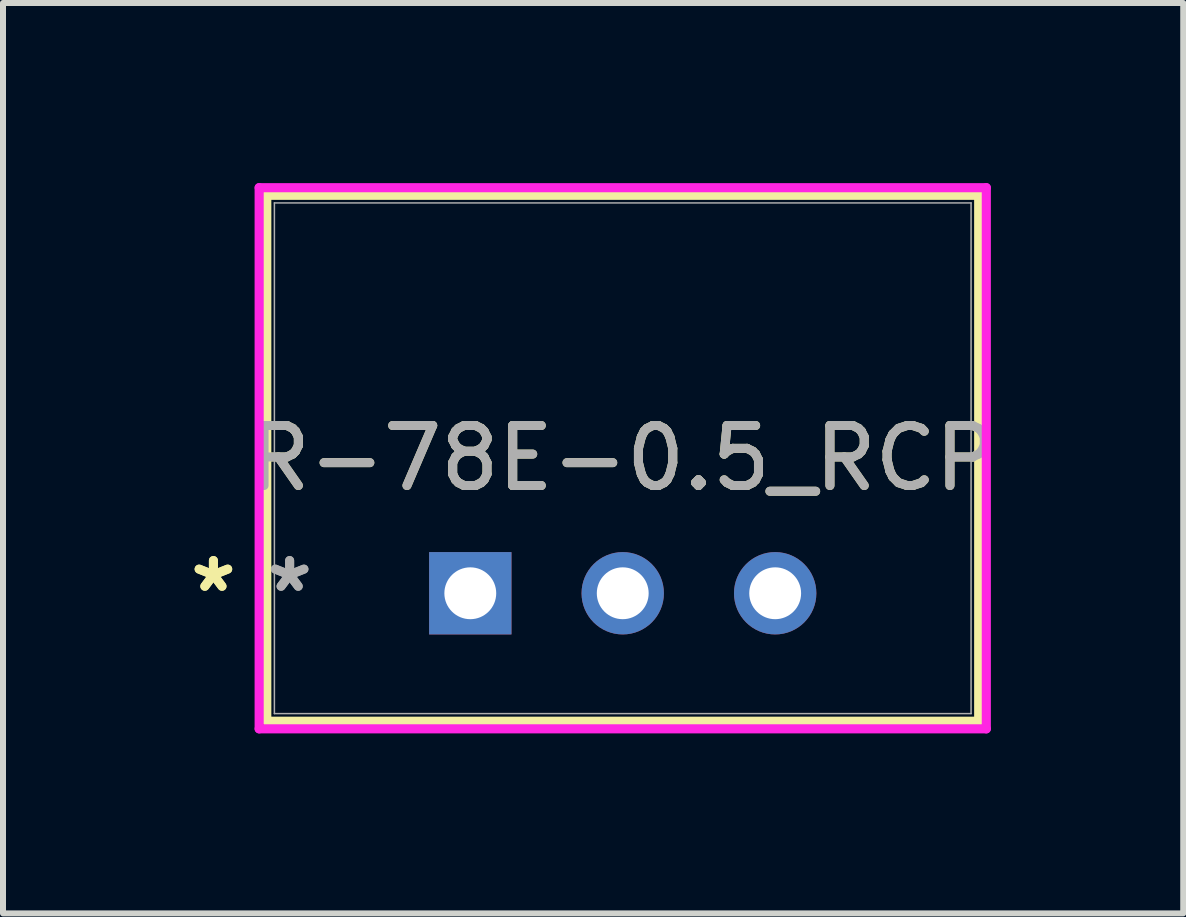
<source format=kicad_pcb>
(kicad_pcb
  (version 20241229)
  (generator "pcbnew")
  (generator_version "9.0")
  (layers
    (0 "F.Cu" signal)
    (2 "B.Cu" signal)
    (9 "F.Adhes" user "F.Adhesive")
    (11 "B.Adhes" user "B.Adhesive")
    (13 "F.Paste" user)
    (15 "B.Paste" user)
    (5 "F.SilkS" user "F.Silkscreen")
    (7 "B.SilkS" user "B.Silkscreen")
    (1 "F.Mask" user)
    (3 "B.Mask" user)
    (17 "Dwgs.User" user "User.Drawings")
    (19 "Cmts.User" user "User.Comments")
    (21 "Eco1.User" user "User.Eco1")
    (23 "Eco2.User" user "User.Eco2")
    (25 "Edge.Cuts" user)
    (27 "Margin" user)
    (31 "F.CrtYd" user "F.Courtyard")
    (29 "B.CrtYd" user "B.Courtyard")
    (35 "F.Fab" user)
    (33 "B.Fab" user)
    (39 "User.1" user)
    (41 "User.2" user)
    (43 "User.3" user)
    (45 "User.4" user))
  (footprint "R-78E-0.5_RCP"
    (layer "F.Cu")
    (at 4.786 6.835)
    (property "Reference" "R-78E-0.5_RCP" (at 2.54 -2.25 0) (unlocked yes) (layer "F.SilkS") (effects (font (size 1 1) (thickness 0.15))))
    (attr through_hole)
    (fp_line (start -3.391 -6.631) (end -3.391 2.132) (stroke (width 0.152) (type solid)) (layer "F.SilkS"))
    (fp_line (start -3.391 2.132) (end 8.471 2.132) (stroke (width 0.152) (type solid)) (layer "F.SilkS"))
    (fp_line (start 8.471 -6.631) (end -3.391 -6.631) (stroke (width 0.152) (type solid)) (layer "F.SilkS"))
    (fp_line (start 8.471 2.132) (end 8.471 -6.631) (stroke (width 0.152) (type solid)) (layer "F.SilkS"))
    (fp_line (start -3.518 -6.758) (end 8.598 -6.758) (stroke (width 0.152) (type solid)) (layer "F.CrtYd"))
    (fp_line (start -3.518 2.259) (end -3.518 -6.758) (stroke (width 0.152) (type solid)) (layer "F.CrtYd"))
    (fp_line (start 8.598 -6.758) (end 8.598 2.259) (stroke (width 0.152) (type solid)) (layer "F.CrtYd"))
    (fp_line (start 8.598 2.259) (end -3.518 2.259) (stroke (width 0.152) (type solid)) (layer "F.CrtYd"))
    (fp_line (start -3.264 -6.504) (end -3.264 2.005) (stroke (width 0.025) (type solid)) (layer "F.Fab"))
    (fp_line (start -3.264 2.005) (end 8.344 2.005) (stroke (width 0.025) (type solid)) (layer "F.Fab"))
    (fp_line (start 8.344 -6.504) (end -3.264 -6.504) (stroke (width 0.025) (type solid)) (layer "F.Fab"))
    (fp_line (start 8.344 2.005) (end 8.344 -6.504) (stroke (width 0.025) (type solid)) (layer "F.Fab"))
    (fp_text user "*" (at -4.28 0 0) (layer "F.SilkS") (effects (font (size 1 1) (thickness 0.15))))
    (fp_text user "*" (at -4.28 0 0) (unlocked yes) (layer "F.SilkS") (effects (font (size 1 1) (thickness 0.15))))
    (fp_text user "*" (at -3.01 0 0) (layer "F.Fab") (effects (font (size 1 1) (thickness 0.15))))
    (fp_text user "*" (at -3.01 0 0) (unlocked yes) (layer "F.Fab") (effects (font (size 1 1) (thickness 0.15))))
    (fp_text user "${REFERENCE}" (at 2.54 -2.25 0) (unlocked yes) (layer "F.Fab") (effects (font (size 1 1) (thickness 0.15))))
    (pad "1" thru_hole rect (at 0 0) (size 1.372 1.372) (drill 0.864) (layers "*.Cu" "*.Mask"))
    (pad "2" thru_hole circle (at 2.54 0) (size 1.372 1.372) (drill 0.864) (layers "*.Cu" "*.Mask"))
    (pad "3" thru_hole circle (at 5.08 0) (size 1.372 1.372) (drill 0.864) (layers "*.Cu" "*.Mask")))
  (gr_rect
    (start -3 -3)
    (end 16.665 12.169)
    (stroke (width 0.1) (type default))
    (fill no)
    (layer "Edge.Cuts")))
</source>
